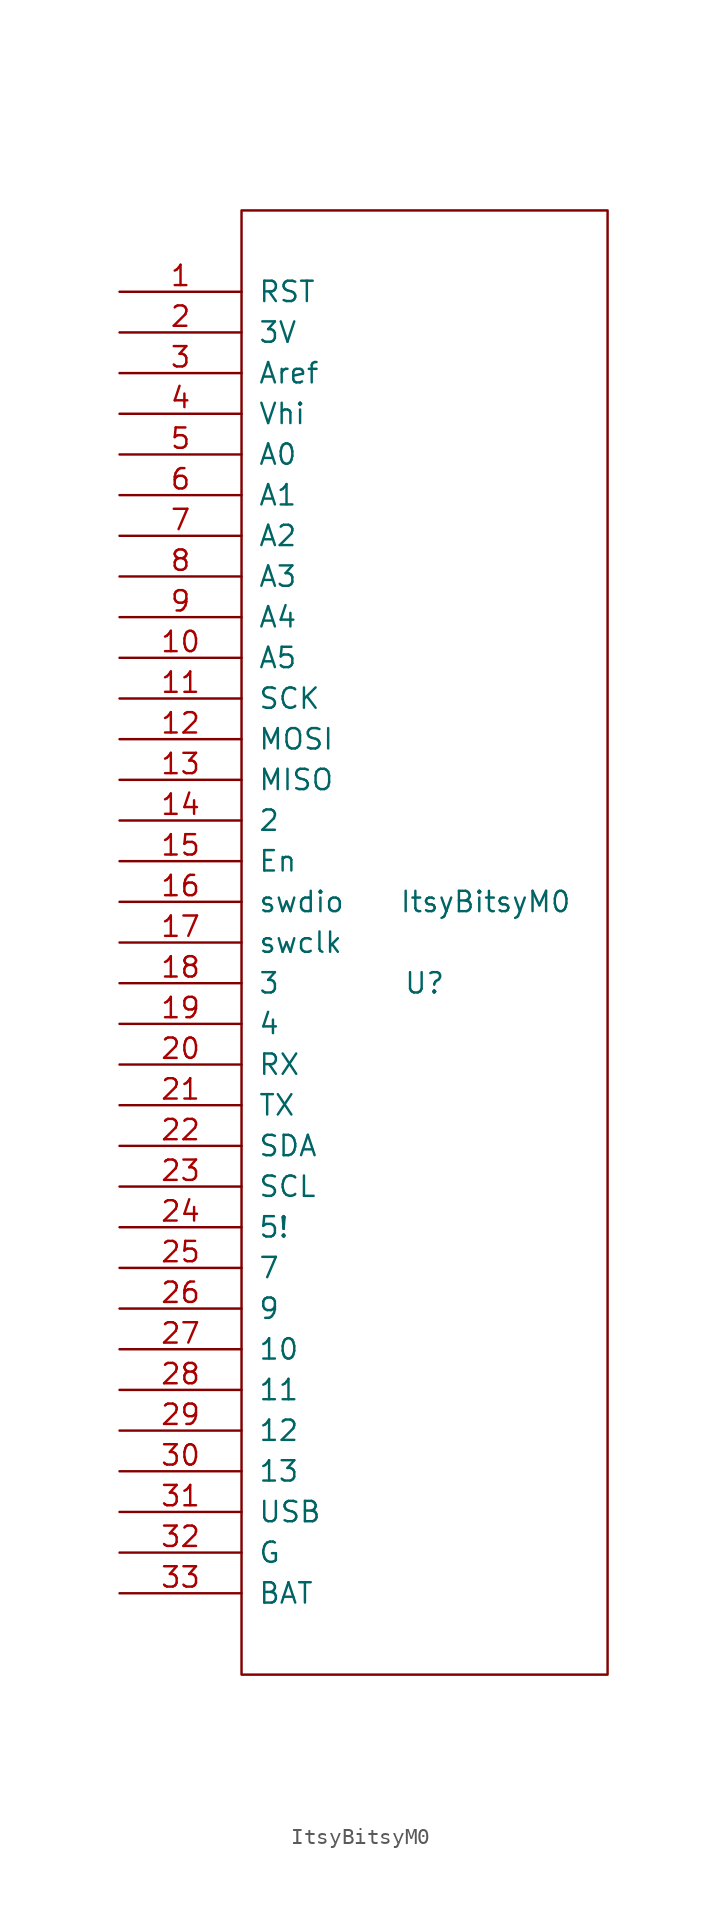
<source format=kicad_sym>
(kicad_symbol_lib
  (version 20211014)
  (generator kicad_symbol_editor)
  (symbol "ItsyBitsyM0"
    (pin_names
      (offset 1.016))
    (property "Reference" "U"
      (at 0 -2.54 0)
      (effects (font (size 1.27 1.27))))
    (property "Value" "ItsyBitsyM0"
      (at 3.81 2.54 0)
      (effects (font (size 1.27 1.27))))
    (symbol "ItsyBitsyM0_1_0"
      (rectangle (start -11.43 -45.72) (end 11.43 45.72) (stroke (width 0) (type default) (color 0 0 0 0)) (fill (type none))))
    (symbol "ItsyBitsyM0_1_1"
      (pin input line (at -19.05 40.64 0) (length 7.62) (name "RST" (effects (font (size 1.27 1.27)))) (number "1" (effects (font (size 1.27 1.27)))))
      (pin bidirectional line (at -19.05 17.78 0) (length 7.62) (name "A5" (effects (font (size 1.27 1.27)))) (number "10" (effects (font (size 1.27 1.27)))))
      (pin output line (at -19.05 15.24 0) (length 7.62) (name "SCK" (effects (font (size 1.27 1.27)))) (number "11" (effects (font (size 1.27 1.27)))))
      (pin output line (at -19.05 12.7 0) (length 7.62) (name "MOSI" (effects (font (size 1.27 1.27)))) (number "12" (effects (font (size 1.27 1.27)))))
      (pin input line (at -19.05 10.16 0) (length 7.62) (name "MISO" (effects (font (size 1.27 1.27)))) (number "13" (effects (font (size 1.27 1.27)))))
      (pin bidirectional line (at -19.05 7.62 0) (length 7.62) (name "2" (effects (font (size 1.27 1.27)))) (number "14" (effects (font (size 1.27 1.27)))))
      (pin input line (at -19.05 5.08 0) (length 7.62) (name "En" (effects (font (size 1.27 1.27)))) (number "15" (effects (font (size 1.27 1.27)))))
      (pin bidirectional line (at -19.05 2.54 0) (length 7.62) (name "swdio" (effects (font (size 1.27 1.27)))) (number "16" (effects (font (size 1.27 1.27)))))
      (pin bidirectional line (at -19.05 0 0) (length 7.62) (name "swclk" (effects (font (size 1.27 1.27)))) (number "17" (effects (font (size 1.27 1.27)))))
      (pin bidirectional line (at -19.05 -2.54 0) (length 7.62) (name "3" (effects (font (size 1.27 1.27)))) (number "18" (effects (font (size 1.27 1.27)))))
      (pin bidirectional line (at -19.05 -5.08 0) (length 7.62) (name "4" (effects (font (size 1.27 1.27)))) (number "19" (effects (font (size 1.27 1.27)))))
      (pin power_out line (at -19.05 38.1 0) (length 7.62) (name "3V" (effects (font (size 1.27 1.27)))) (number "2" (effects (font (size 1.27 1.27)))))
      (pin input line (at -19.05 -7.62 0) (length 7.62) (name "RX" (effects (font (size 1.27 1.27)))) (number "20" (effects (font (size 1.27 1.27)))))
      (pin output line (at -19.05 -10.16 0) (length 7.62) (name "TX" (effects (font (size 1.27 1.27)))) (number "21" (effects (font (size 1.27 1.27)))))
      (pin bidirectional line (at -19.05 -12.7 0) (length 7.62) (name "SDA" (effects (font (size 1.27 1.27)))) (number "22" (effects (font (size 1.27 1.27)))))
      (pin bidirectional line (at -19.05 -15.24 0) (length 7.62) (name "SCL" (effects (font (size 1.27 1.27)))) (number "23" (effects (font (size 1.27 1.27)))))
      (pin output line (at -19.05 -17.78 0) (length 7.62) (name "5!" (effects (font (size 1.27 1.27)))) (number "24" (effects (font (size 1.27 1.27)))))
      (pin bidirectional line (at -19.05 -20.32 0) (length 7.62) (name "7" (effects (font (size 1.27 1.27)))) (number "25" (effects (font (size 1.27 1.27)))))
      (pin bidirectional line (at -19.05 -22.86 0) (length 7.62) (name "9" (effects (font (size 1.27 1.27)))) (number "26" (effects (font (size 1.27 1.27)))))
      (pin bidirectional line (at -19.05 -25.4 0) (length 7.62) (name "10" (effects (font (size 1.27 1.27)))) (number "27" (effects (font (size 1.27 1.27)))))
      (pin bidirectional line (at -19.05 -27.94 0) (length 7.62) (name "11" (effects (font (size 1.27 1.27)))) (number "28" (effects (font (size 1.27 1.27)))))
      (pin bidirectional line (at -19.05 -30.48 0) (length 7.62) (name "12" (effects (font (size 1.27 1.27)))) (number "29" (effects (font (size 1.27 1.27)))))
      (pin input line (at -19.05 35.56 0) (length 7.62) (name "Aref" (effects (font (size 1.27 1.27)))) (number "3" (effects (font (size 1.27 1.27)))))
      (pin bidirectional line (at -19.05 -33.02 0) (length 7.62) (name "13" (effects (font (size 1.27 1.27)))) (number "30" (effects (font (size 1.27 1.27)))))
      (pin power_out line (at -19.05 -35.56 0) (length 7.62) (name "USB" (effects (font (size 1.27 1.27)))) (number "31" (effects (font (size 1.27 1.27)))))
      (pin power_in line (at -19.05 -38.1 0) (length 7.62) (name "G" (effects (font (size 1.27 1.27)))) (number "32" (effects (font (size 1.27 1.27)))))
      (pin power_in line (at -19.05 -40.64 0) (length 7.62) (name "BAT" (effects (font (size 1.27 1.27)))) (number "33" (effects (font (size 1.27 1.27)))))
      (pin power_out line (at -19.05 33.02 0) (length 7.62) (name "Vhi" (effects (font (size 1.27 1.27)))) (number "4" (effects (font (size 1.27 1.27)))))
      (pin bidirectional line (at -19.05 30.48 0) (length 7.62) (name "A0" (effects (font (size 1.27 1.27)))) (number "5" (effects (font (size 1.27 1.27)))))
      (pin bidirectional line (at -19.05 27.94 0) (length 7.62) (name "A1" (effects (font (size 1.27 1.27)))) (number "6" (effects (font (size 1.27 1.27)))))
      (pin bidirectional line (at -19.05 25.4 0) (length 7.62) (name "A2" (effects (font (size 1.27 1.27)))) (number "7" (effects (font (size 1.27 1.27)))))
      (pin bidirectional line (at -19.05 22.86 0) (length 7.62) (name "A3" (effects (font (size 1.27 1.27)))) (number "8" (effects (font (size 1.27 1.27)))))
      (pin bidirectional line (at -19.05 20.32 0) (length 7.62) (name "A4" (effects (font (size 1.27 1.27)))) (number "9" (effects (font (size 1.27 1.27))))))))
</source>
